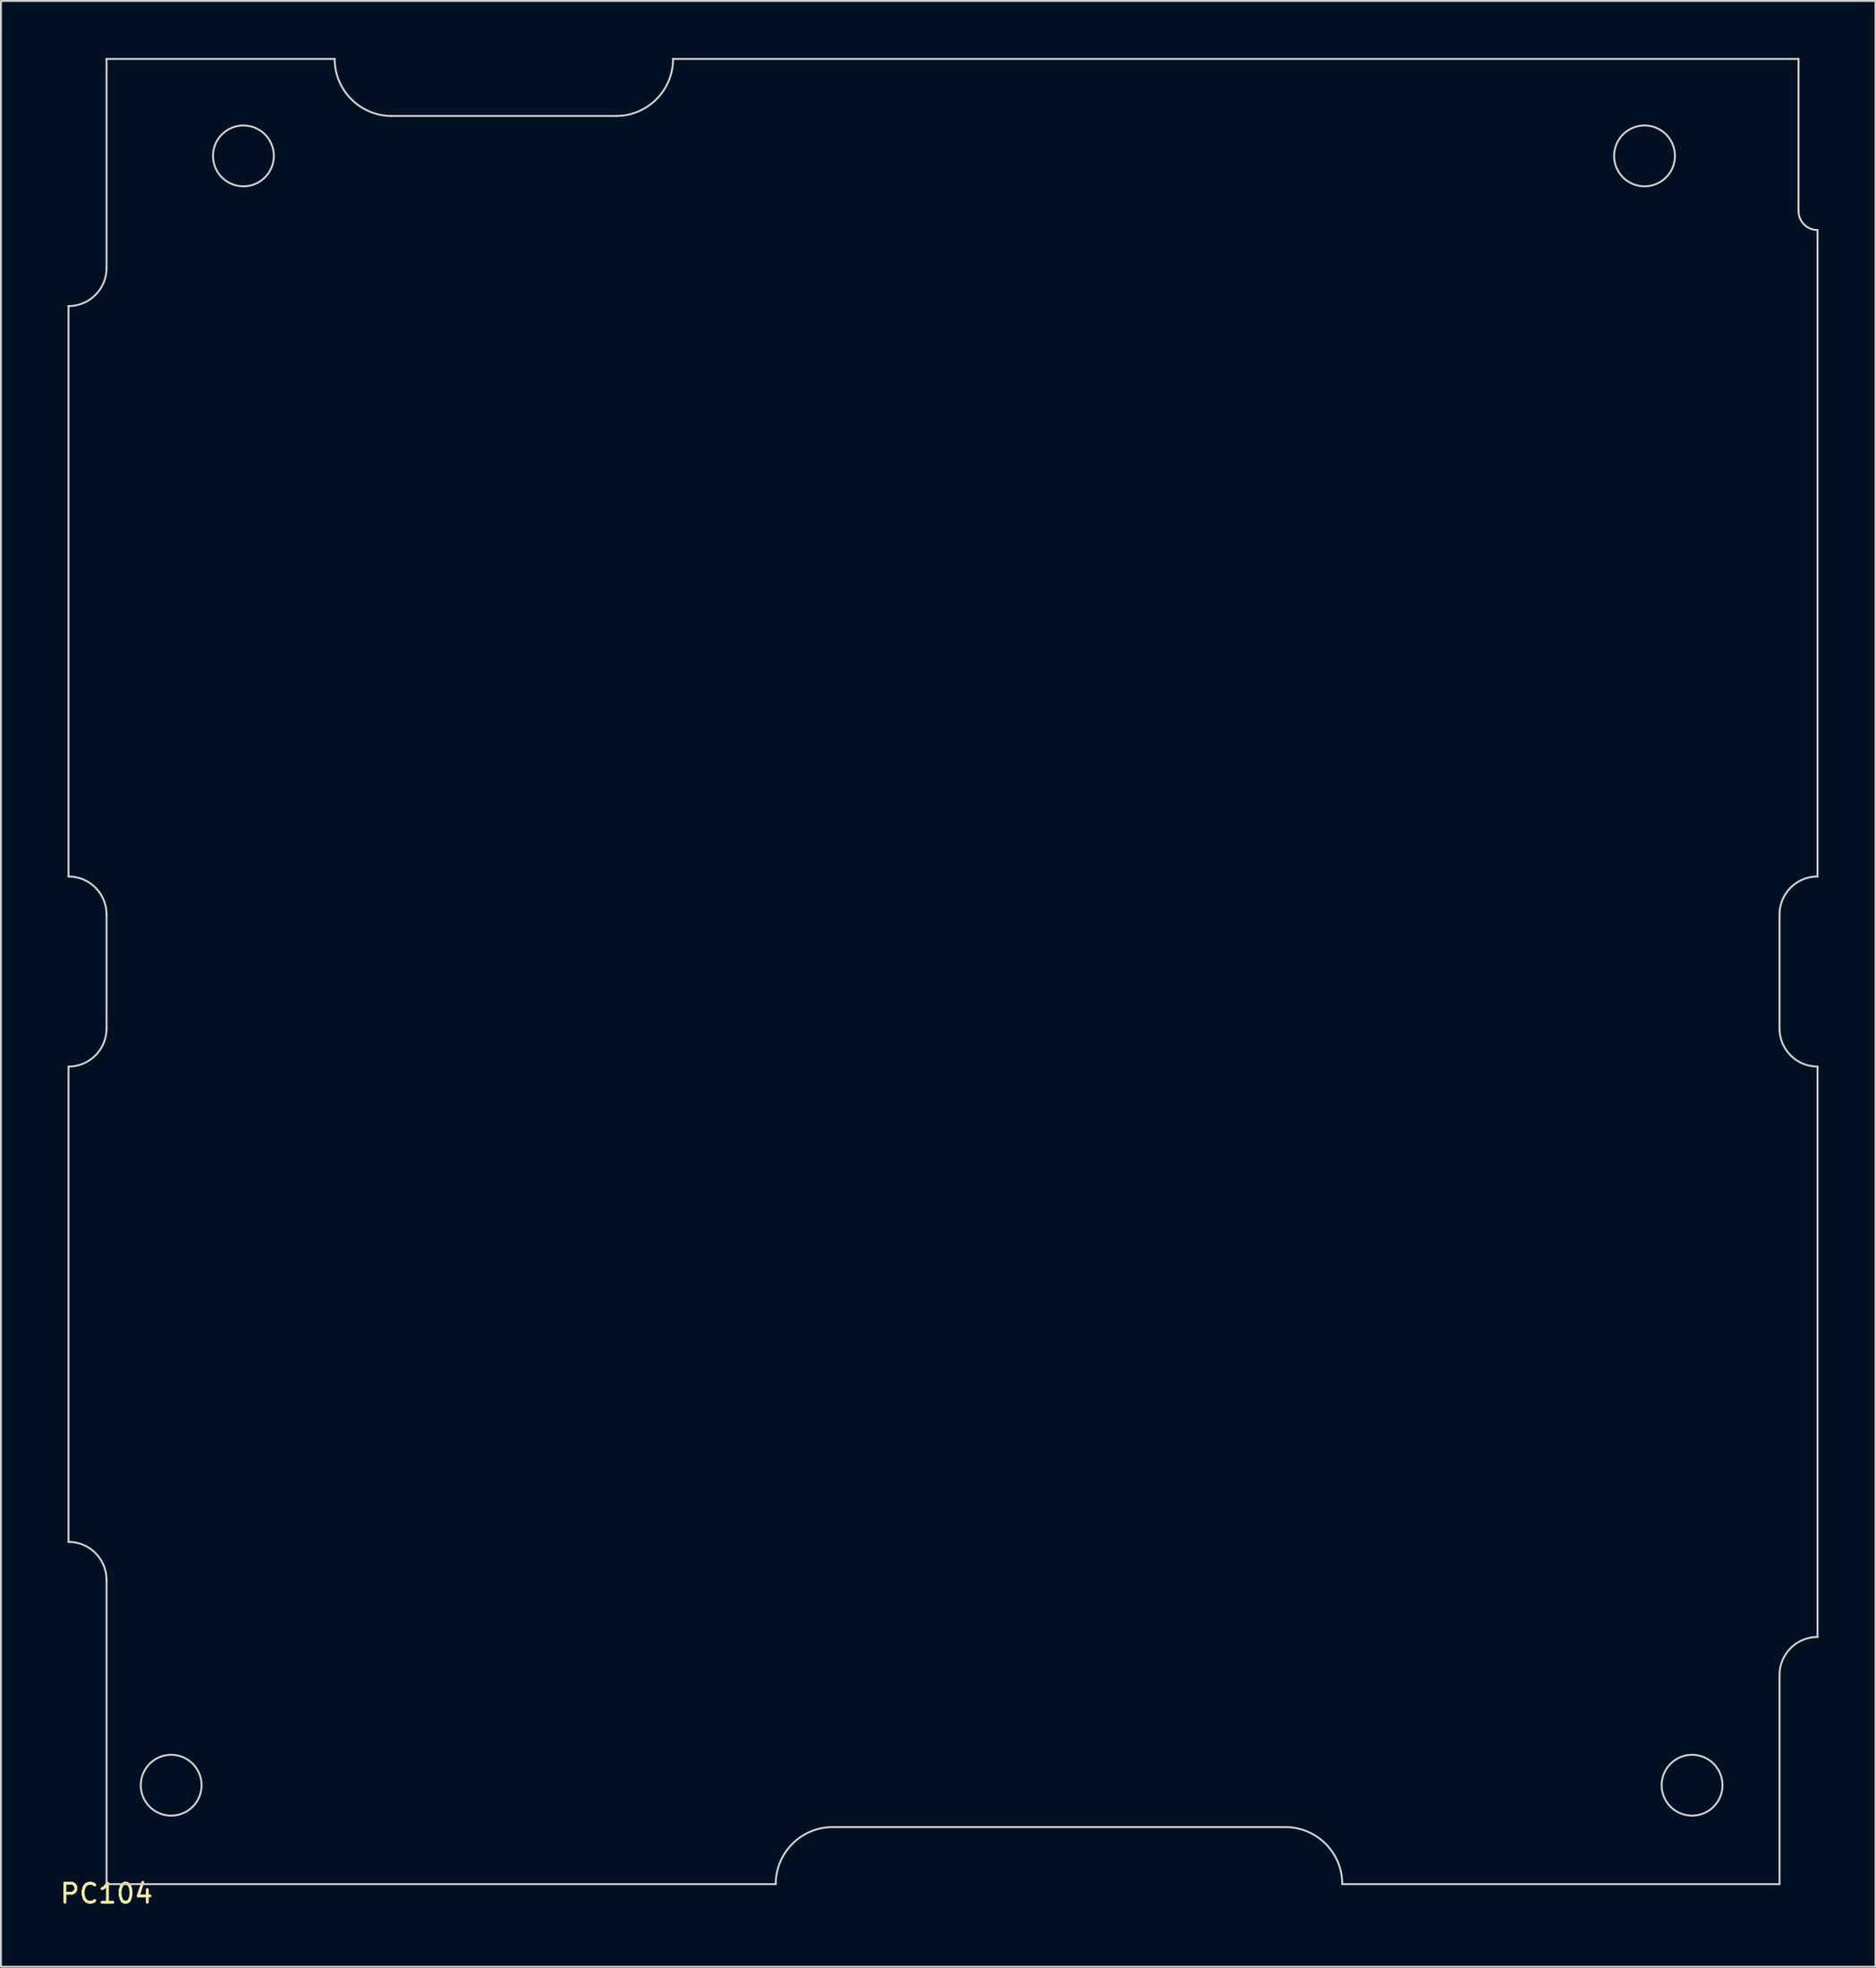
<source format=kicad_pcb>
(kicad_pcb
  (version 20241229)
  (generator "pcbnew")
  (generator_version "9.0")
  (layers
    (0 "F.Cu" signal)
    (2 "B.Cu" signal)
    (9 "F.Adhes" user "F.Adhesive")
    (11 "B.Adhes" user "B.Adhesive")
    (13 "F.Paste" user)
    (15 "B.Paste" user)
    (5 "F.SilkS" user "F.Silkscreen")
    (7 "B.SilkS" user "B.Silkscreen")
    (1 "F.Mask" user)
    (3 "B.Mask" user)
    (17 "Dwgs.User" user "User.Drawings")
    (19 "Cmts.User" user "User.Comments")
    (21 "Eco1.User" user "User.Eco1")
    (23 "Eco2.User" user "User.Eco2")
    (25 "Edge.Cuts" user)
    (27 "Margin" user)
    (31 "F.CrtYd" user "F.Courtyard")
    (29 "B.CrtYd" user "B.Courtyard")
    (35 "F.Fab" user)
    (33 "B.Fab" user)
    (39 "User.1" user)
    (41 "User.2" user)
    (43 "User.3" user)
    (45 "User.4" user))
  (footprint "PC104"
    (layer "F.Cu")
    (at 2.554 96.05)
    (property "Reference" "PC104" (at 0 0.5 0) (layer "F.SilkS") (effects (font (size 1 1) (thickness 0.15))))
    (attr through_hole)
    (fp_line (start -2 -83) (end -2 -53) (stroke (width 0.1) (type solid)) (layer "Edge.Cuts"))
    (fp_line (start -2 -43) (end -2 -18) (stroke (width 0.1) (type solid)) (layer "Edge.Cuts"))
    (fp_line (start 0 -96) (end 0 -85) (stroke (width 0.1) (type solid)) (layer "Edge.Cuts"))
    (fp_line (start 0 -51) (end 0 -45) (stroke (width 0.1) (type solid)) (layer "Edge.Cuts"))
    (fp_line (start 0 -16) (end 0 0) (stroke (width 0.1) (type solid)) (layer "Edge.Cuts"))
    (fp_line (start 0 0) (end 35.2 0) (stroke (width 0.1) (type solid)) (layer "Edge.Cuts"))
    (fp_line (start 12 -96) (end 0 -96) (stroke (width 0.1) (type solid)) (layer "Edge.Cuts"))
    (fp_line (start 26.8 -93) (end 15 -93) (stroke (width 0.1) (type solid)) (layer "Edge.Cuts"))
    (fp_line (start 38.2 -3) (end 62 -3) (stroke (width 0.1) (type solid)) (layer "Edge.Cuts"))
    (fp_line (start 65 0) (end 88 0) (stroke (width 0.1) (type solid)) (layer "Edge.Cuts"))
    (fp_line (start 88 -45) (end 88 -51) (stroke (width 0.1) (type solid)) (layer "Edge.Cuts"))
    (fp_line (start 88 0) (end 88 -11) (stroke (width 0.1) (type solid)) (layer "Edge.Cuts"))
    (fp_line (start 89 -96) (end 29.8 -96) (stroke (width 0.1) (type solid)) (layer "Edge.Cuts"))
    (fp_line (start 89 -88) (end 89 -96) (stroke (width 0.1) (type solid)) (layer "Edge.Cuts"))
    (fp_line (start 90 -53) (end 90 -87) (stroke (width 0.1) (type solid)) (layer "Edge.Cuts"))
    (fp_line (start 90 -13) (end 90 -43) (stroke (width 0.1) (type solid)) (layer "Edge.Cuts"))
    (fp_arc (start -2 -53) (mid -0.585786 -52.414214) (end 0 -51) (stroke (width 0.1) (type solid)) (layer "Edge.Cuts"))
    (fp_arc (start -2 -18) (mid -0.585786 -17.414214) (end 0 -16) (stroke (width 0.1) (type solid)) (layer "Edge.Cuts"))
    (fp_arc (start 0 -85) (mid -0.585786 -83.585786) (end -2 -83) (stroke (width 0.1) (type solid)) (layer "Edge.Cuts"))
    (fp_arc (start 0 -45) (mid -0.585786 -43.585786) (end -2 -43) (stroke (width 0.1) (type solid)) (layer "Edge.Cuts"))
    (fp_arc (start 15 -93) (mid 12.87868 -93.87868) (end 12 -96) (stroke (width 0.1) (type solid)) (layer "Edge.Cuts"))
    (fp_arc (start 29.8 -96) (mid 28.92132 -93.87868) (end 26.8 -93) (stroke (width 0.1) (type solid)) (layer "Edge.Cuts"))
    (fp_arc (start 35.2 0) (mid 36.07868 -2.12132) (end 38.2 -3) (stroke (width 0.1) (type solid)) (layer "Edge.Cuts"))
    (fp_arc (start 62 -3) (mid 64.12132 -2.12132) (end 65 0) (stroke (width 0.1) (type solid)) (layer "Edge.Cuts"))
    (fp_arc (start 88 -51) (mid 88.585786 -52.414214) (end 90 -53) (stroke (width 0.1) (type solid)) (layer "Edge.Cuts"))
    (fp_arc (start 88 -11) (mid 88.585786 -12.414214) (end 90 -13) (stroke (width 0.1) (type solid)) (layer "Edge.Cuts"))
    (fp_arc (start 90 -87) (mid 89.292893 -87.292893) (end 89 -88) (stroke (width 0.1) (type solid)) (layer "Edge.Cuts"))
    (fp_arc (start 90 -43) (mid 88.585786 -43.585786) (end 88 -45) (stroke (width 0.1) (type solid)) (layer "Edge.Cuts"))
    (fp_circle (center 3.4 -5.2) (end 5 -5.2) (stroke (width 0.1) (type solid)) (fill no) (layer "Edge.Cuts"))
    (fp_circle (center 7.2 -90.9) (end 8.8 -90.9) (stroke (width 0.1) (type solid)) (fill no) (layer "Edge.Cuts"))
    (fp_circle (center 80.9 -90.9) (end 82.5 -90.9) (stroke (width 0.1) (type solid)) (fill no) (layer "Edge.Cuts"))
    (fp_circle (center 83.4 -5.2) (end 85 -5.2) (stroke (width 0.1) (type solid)) (fill no) (layer "Edge.Cuts")))
  (gr_rect
    (start -3 -3)
    (end 95.604 100.398)
    (stroke (width 0.1) (type default))
    (fill no)
    (layer "Edge.Cuts")))
</source>
